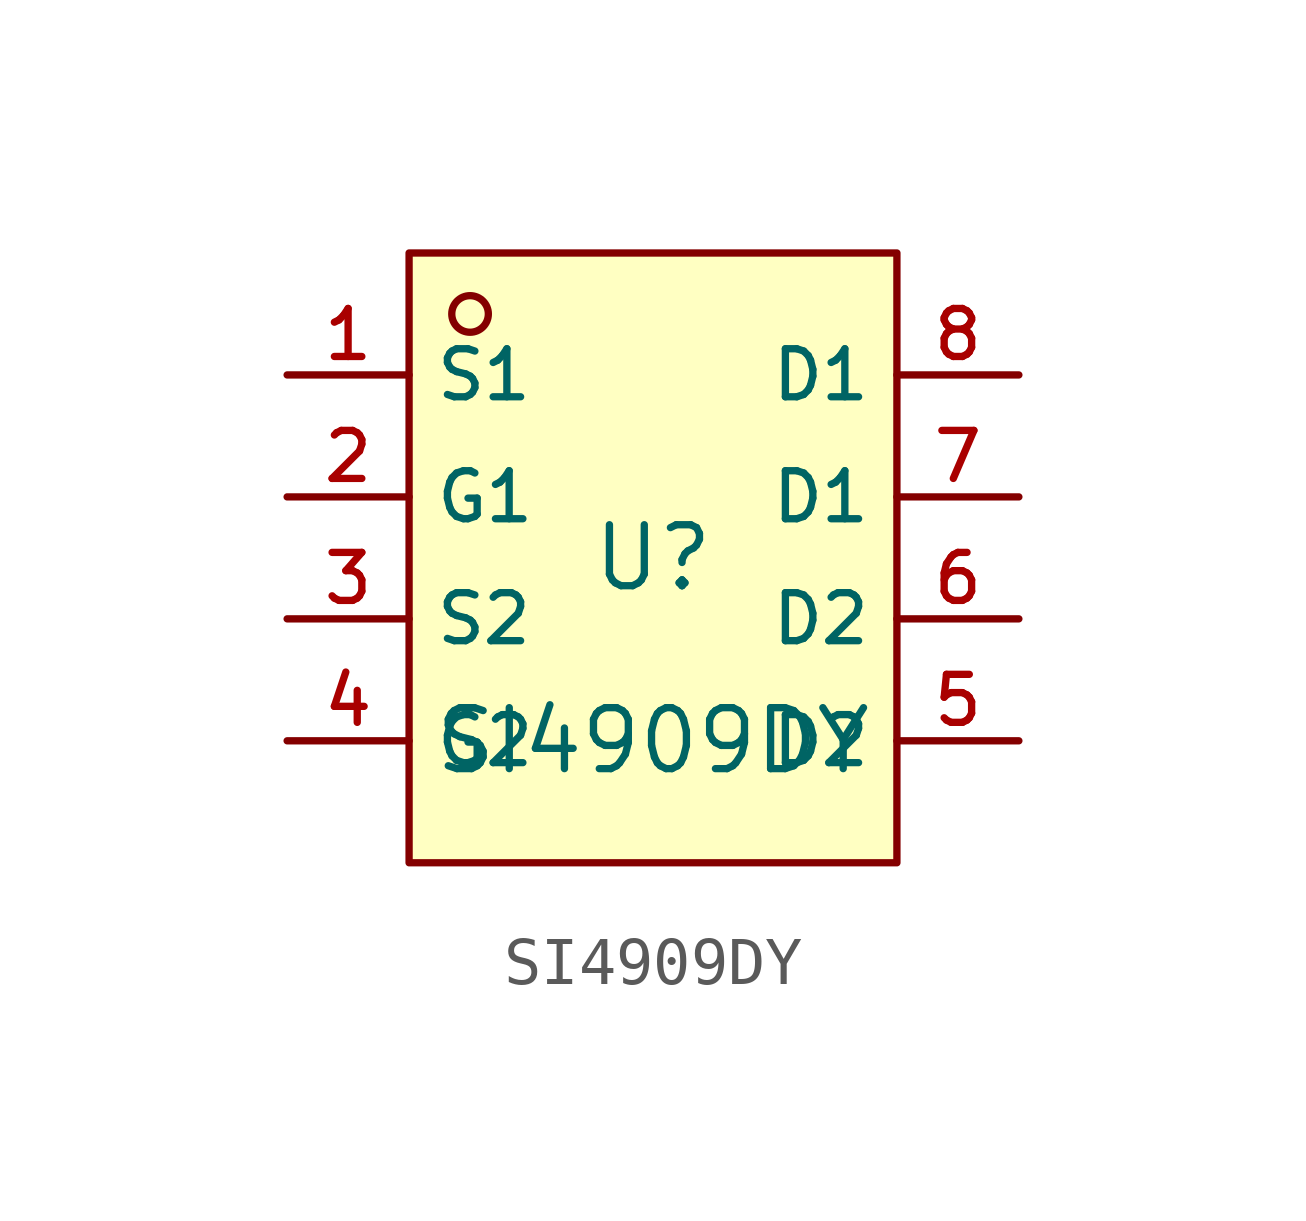
<source format=kicad_sym>
(kicad_symbol_lib
  (version 20210201)
  (generator TousstNicolas/JLC2KiCad_lib)
  (symbol "SI4909DY"
    (property "Reference" "U"
      (at 0 1.27 0)
      (effects (font (size 1.27 1.27))))
    (property "Value" "SI4909DY"
      (at 0 -2.54 0)
      (effects (font (size 1.27 1.27))))
    (symbol "SI4909DY_0_1"
      (pin unspecified line (at 7.62 5.08 180) (length 2.54) (name "D1" (effects (font (size 1 1)))) (number "8" (effects (font (size 1 1)))))
      (pin unspecified line (at 7.62 2.54 180) (length 2.54) (name "D1" (effects (font (size 1 1)))) (number "7" (effects (font (size 1 1)))))
      (pin unspecified line (at 7.62 -0.0 180) (length 2.54) (name "D2" (effects (font (size 1 1)))) (number "6" (effects (font (size 1 1)))))
      (pin unspecified line (at 7.62 -2.54 180) (length 2.54) (name "D2" (effects (font (size 1 1)))) (number "5" (effects (font (size 1 1)))))
      (pin unspecified line (at -7.62 -2.54 0) (length 2.54) (name "G2" (effects (font (size 1 1)))) (number "4" (effects (font (size 1 1)))))
      (pin unspecified line (at -7.62 -0.0 0) (length 2.54) (name "S2" (effects (font (size 1 1)))) (number "3" (effects (font (size 1 1)))))
      (pin unspecified line (at -7.62 2.54 0) (length 2.54) (name "G1" (effects (font (size 1 1)))) (number "2" (effects (font (size 1 1)))))
      (pin unspecified line (at -7.62 5.08 0) (length 2.54) (name "S1" (effects (font (size 1 1)))) (number "1" (effects (font (size 1 1)))))
      (circle (center -3.81 6.35) (radius 0.381) (stroke (width 0) (type default) (color 0 0 0 0)) (fill (type background)))
      (rectangle (start -5.08 7.62) (end 5.08 -5.08) (stroke (width 0) (type default) (color 0 0 0 0)) (fill (type background))))))
</source>
